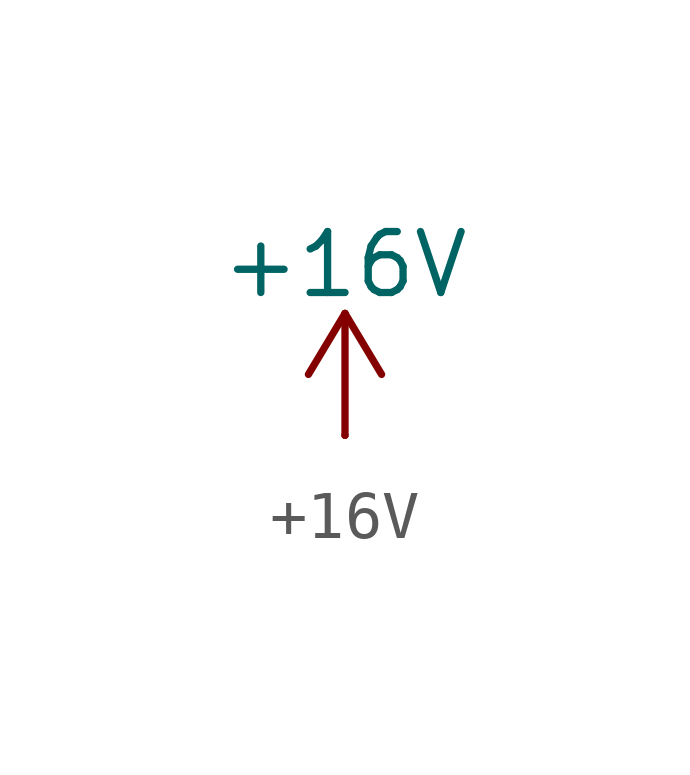
<source format=kicad_sym>
(kicad_symbol_lib
  (version 20241209)
  (generator "kicad_symbol_editor")
  (generator_version "9.0")
  (symbol "+16V"
    (power)
    (pin_numbers
      (hide yes))
    (pin_names
      (offset 0)
      (hide yes))
    (property "Reference" "#PWR"
      (at 0 -3.81 0)
      (effects (font (size 1.27 1.27)) (hide yes)))
    (property "Value" "+16V"
      (at 0 3.556 0)
      (effects (font (size 1.27 1.27))))
    (symbol "+16V_0_1"
      (polyline (pts (xy -0.762 1.27) (xy 0 2.54)) (stroke (width 0) (type default)) (fill (type none)))
      (polyline (pts (xy 0 2.54) (xy 0.762 1.27)) (stroke (width 0) (type default)) (fill (type none)))
      (polyline (pts (xy 0 0) (xy 0 2.54)) (stroke (width 0) (type default)) (fill (type none))))
    (symbol "+16V_1_1"
      (pin power_in line (at 0 0 90) (length 0) (name "~" (effects (font (size 1.27 1.27)))) (number "1" (effects (font (size 1.27 1.27))))))))
</source>
